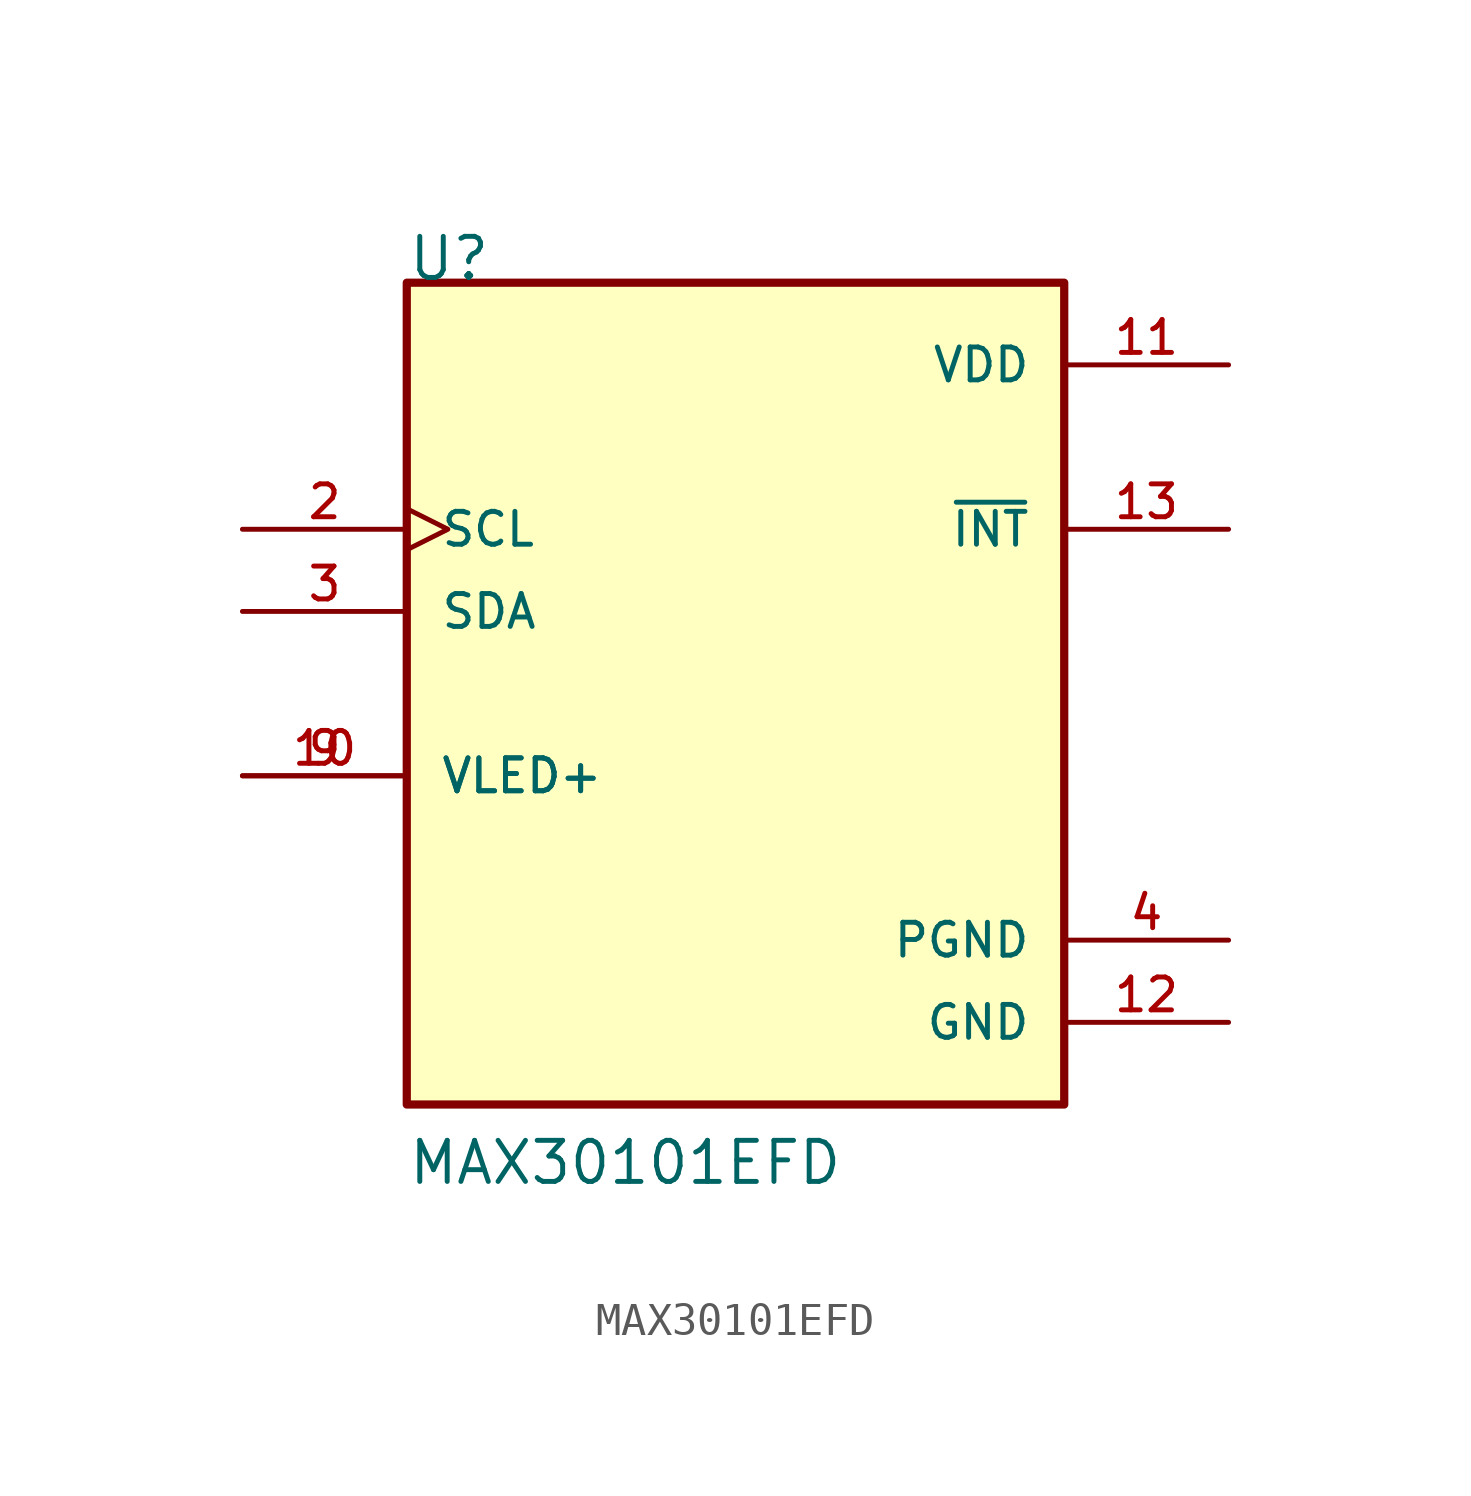
<source format=kicad_sym>
(kicad_symbol_lib
  (version 20211014)
  (generator kicad_symbol_editor)
  (symbol "MAX30101EFD"
    (pin_names
      (offset 1.016))
    (property "Reference" "U"
      (at -10.16 12.7 0)
      (effects (font (size 1.27 1.27)) (justify bottom left)))
    (property "Value" "MAX30101EFD"
      (at -10.16 -15.24 0)
      (effects (font (size 1.27 1.27)) (justify bottom left)))
    (symbol "MAX30101EFD_0_0"
      (rectangle (start -10.16 -12.7) (end 10.16 12.7) (stroke (width 0.254)) (fill (type background)))
      (pin power_in line (at 15.24 10.16 180.0) (length 5.08) (name "VDD" (effects (font (size 1.016 1.016)))) (number "11" (effects (font (size 1.016 1.016)))))
      (pin power_in line (at 15.24 -10.16 180.0) (length 5.08) (name "GND" (effects (font (size 1.016 1.016)))) (number "12" (effects (font (size 1.016 1.016)))))
      (pin output line (at 15.24 5.08 180.0) (length 5.08) (name "~{INT}" (effects (font (size 1.016 1.016)))) (number "13" (effects (font (size 1.016 1.016)))))
      (pin bidirectional line (at -15.24 2.54 0) (length 5.08) (name "SDA" (effects (font (size 1.016 1.016)))) (number "3" (effects (font (size 1.016 1.016)))))
      (pin input clock (at -15.24 5.08 0) (length 5.08) (name "SCL" (effects (font (size 1.016 1.016)))) (number "2" (effects (font (size 1.016 1.016)))))
      (pin passive line (at -15.24 -2.54 0) (length 5.08) (name "VLED+" (effects (font (size 1.016 1.016)))) (number "9" (effects (font (size 1.016 1.016)))))
      (pin passive line (at -15.24 -2.54 0) (length 5.08) (name "VLED+" (effects (font (size 1.016 1.016)))) (number "10" (effects (font (size 1.016 1.016)))))
      (pin power_in line (at 15.24 -7.62 180.0) (length 5.08) (name "PGND" (effects (font (size 1.016 1.016)))) (number "4" (effects (font (size 1.016 1.016))))))))
</source>
